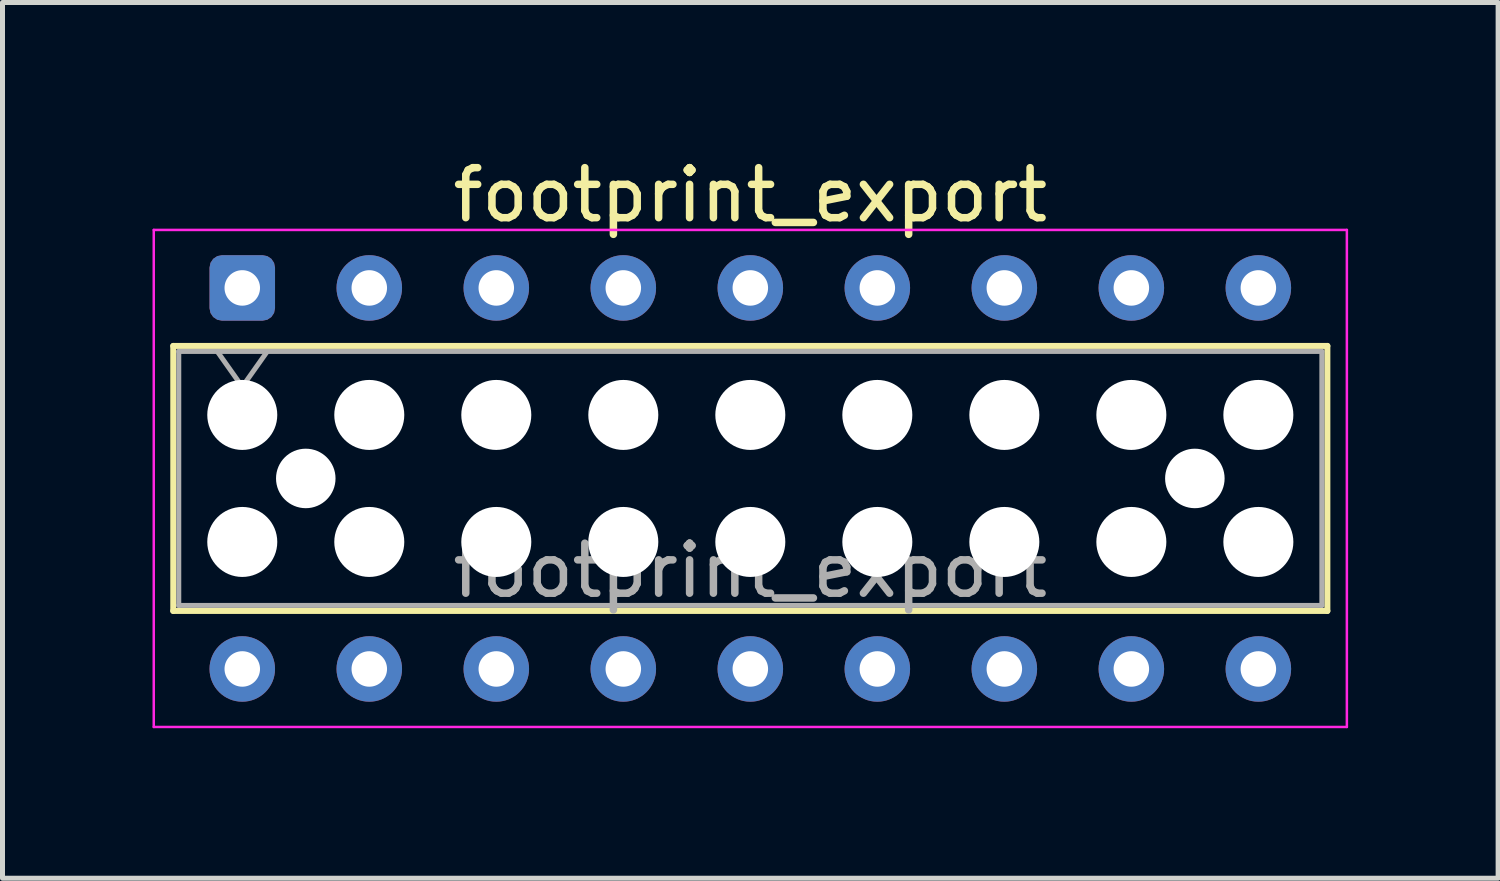
<source format=kicad_pcb>
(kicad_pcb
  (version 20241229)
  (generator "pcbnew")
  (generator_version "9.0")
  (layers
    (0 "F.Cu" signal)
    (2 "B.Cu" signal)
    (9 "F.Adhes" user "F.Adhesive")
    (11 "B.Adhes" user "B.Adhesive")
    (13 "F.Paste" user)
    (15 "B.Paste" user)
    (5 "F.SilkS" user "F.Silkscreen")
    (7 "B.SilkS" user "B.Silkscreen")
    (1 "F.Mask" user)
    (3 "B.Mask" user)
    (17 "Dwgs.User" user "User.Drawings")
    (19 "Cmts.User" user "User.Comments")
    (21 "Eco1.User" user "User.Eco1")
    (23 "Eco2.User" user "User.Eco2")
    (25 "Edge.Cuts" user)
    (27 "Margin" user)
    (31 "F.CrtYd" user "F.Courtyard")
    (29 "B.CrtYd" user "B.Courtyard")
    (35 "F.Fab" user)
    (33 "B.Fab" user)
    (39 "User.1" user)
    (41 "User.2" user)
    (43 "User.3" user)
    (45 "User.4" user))
  (footprint "footprint_export"
    (layer "F.Cu")
    (at 1.795 2.708)
    (property "Reference" "footprint_export" (at 10.16 -1.86 0) (layer "F.SilkS") (effects (font (size 1 1) (thickness 0.15))))
    (attr through_hole)
    (fp_line (start -1.38 1.16) (end 21.7 1.16) (stroke (width 0.12) (type solid)) (layer "F.SilkS"))
    (fp_line (start -1.38 6.46) (end -1.38 1.16) (stroke (width 0.12) (type solid)) (layer "F.SilkS"))
    (fp_line (start 21.7 1.16) (end 21.7 6.46) (stroke (width 0.12) (type solid)) (layer "F.SilkS"))
    (fp_line (start 21.7 6.46) (end -1.38 6.46) (stroke (width 0.12) (type solid)) (layer "F.SilkS"))
    (fp_line (start -1.77 -1.16) (end 22.09 -1.16) (stroke (width 0.05) (type solid)) (layer "F.CrtYd"))
    (fp_line (start -1.77 8.78) (end -1.77 -1.16) (stroke (width 0.05) (type solid)) (layer "F.CrtYd"))
    (fp_line (start 22.09 -1.16) (end 22.09 8.78) (stroke (width 0.05) (type solid)) (layer "F.CrtYd"))
    (fp_line (start 22.09 8.78) (end -1.77 8.78) (stroke (width 0.05) (type solid)) (layer "F.CrtYd"))
    (fp_line (start -1.27 1.27) (end 21.59 1.27) (stroke (width 0.1) (type solid)) (layer "F.Fab"))
    (fp_line (start -1.27 6.35) (end -1.27 1.27) (stroke (width 0.1) (type solid)) (layer "F.Fab"))
    (fp_line (start -0.5 1.27) (end 0 1.977) (stroke (width 0.1) (type solid)) (layer "F.Fab"))
    (fp_line (start 0 1.977) (end 0.5 1.27) (stroke (width 0.1) (type solid)) (layer "F.Fab"))
    (fp_line (start 21.59 1.27) (end 21.59 6.35) (stroke (width 0.1) (type solid)) (layer "F.Fab"))
    (fp_line (start 21.59 6.35) (end -1.27 6.35) (stroke (width 0.1) (type solid)) (layer "F.Fab"))
    (fp_text user "${REFERENCE}" (at 10.16 5.65 0) (layer "F.Fab") (effects (font (size 1 1) (thickness 0.15))))
    (pad "" np_thru_hole circle (at 0 2.54) (size 1.4 1.4) (drill 1.4) (layers "*.Cu" "*.Mask"))
    (pad "" np_thru_hole circle (at 0 5.08) (size 1.4 1.4) (drill 1.4) (layers "*.Cu" "*.Mask"))
    (pad "" np_thru_hole circle (at 1.27 3.81) (size 1.19 1.19) (drill 1.19) (layers "*.Cu" "*.Mask"))
    (pad "" np_thru_hole circle (at 2.54 2.54) (size 1.4 1.4) (drill 1.4) (layers "*.Cu" "*.Mask"))
    (pad "" np_thru_hole circle (at 2.54 5.08) (size 1.4 1.4) (drill 1.4) (layers "*.Cu" "*.Mask"))
    (pad "" np_thru_hole circle (at 5.08 2.54) (size 1.4 1.4) (drill 1.4) (layers "*.Cu" "*.Mask"))
    (pad "" np_thru_hole circle (at 5.08 5.08) (size 1.4 1.4) (drill 1.4) (layers "*.Cu" "*.Mask"))
    (pad "" np_thru_hole circle (at 7.62 2.54) (size 1.4 1.4) (drill 1.4) (layers "*.Cu" "*.Mask"))
    (pad "" np_thru_hole circle (at 7.62 5.08) (size 1.4 1.4) (drill 1.4) (layers "*.Cu" "*.Mask"))
    (pad "" np_thru_hole circle (at 10.16 2.54) (size 1.4 1.4) (drill 1.4) (layers "*.Cu" "*.Mask"))
    (pad "" np_thru_hole circle (at 10.16 5.08) (size 1.4 1.4) (drill 1.4) (layers "*.Cu" "*.Mask"))
    (pad "" np_thru_hole circle (at 12.7 2.54) (size 1.4 1.4) (drill 1.4) (layers "*.Cu" "*.Mask"))
    (pad "" np_thru_hole circle (at 12.7 5.08) (size 1.4 1.4) (drill 1.4) (layers "*.Cu" "*.Mask"))
    (pad "" np_thru_hole circle (at 15.24 2.54) (size 1.4 1.4) (drill 1.4) (layers "*.Cu" "*.Mask"))
    (pad "" np_thru_hole circle (at 15.24 5.08) (size 1.4 1.4) (drill 1.4) (layers "*.Cu" "*.Mask"))
    (pad "" np_thru_hole circle (at 17.78 2.54) (size 1.4 1.4) (drill 1.4) (layers "*.Cu" "*.Mask"))
    (pad "" np_thru_hole circle (at 17.78 5.08) (size 1.4 1.4) (drill 1.4) (layers "*.Cu" "*.Mask"))
    (pad "" np_thru_hole circle (at 19.05 3.81) (size 1.19 1.19) (drill 1.19) (layers "*.Cu" "*.Mask"))
    (pad "" np_thru_hole circle (at 20.32 2.54) (size 1.4 1.4) (drill 1.4) (layers "*.Cu" "*.Mask"))
    (pad "" np_thru_hole circle (at 20.32 5.08) (size 1.4 1.4) (drill 1.4) (layers "*.Cu" "*.Mask"))
    (pad "1" thru_hole roundrect (at 0 0) (size 1.31 1.31) (drill 0.71) (layers "*.Cu" "*.Mask") (roundrect_rratio 0.191))
    (pad "2" thru_hole circle (at 0 7.62) (size 1.31 1.31) (drill 0.71) (layers "*.Cu" "*.Mask"))
    (pad "3" thru_hole circle (at 2.54 0) (size 1.31 1.31) (drill 0.71) (layers "*.Cu" "*.Mask"))
    (pad "4" thru_hole circle (at 2.54 7.62) (size 1.31 1.31) (drill 0.71) (layers "*.Cu" "*.Mask"))
    (pad "5" thru_hole circle (at 5.08 0) (size 1.31 1.31) (drill 0.71) (layers "*.Cu" "*.Mask"))
    (pad "6" thru_hole circle (at 5.08 7.62) (size 1.31 1.31) (drill 0.71) (layers "*.Cu" "*.Mask"))
    (pad "7" thru_hole circle (at 7.62 0) (size 1.31 1.31) (drill 0.71) (layers "*.Cu" "*.Mask"))
    (pad "8" thru_hole circle (at 7.62 7.62) (size 1.31 1.31) (drill 0.71) (layers "*.Cu" "*.Mask"))
    (pad "9" thru_hole circle (at 10.16 0) (size 1.31 1.31) (drill 0.71) (layers "*.Cu" "*.Mask"))
    (pad "10" thru_hole circle (at 10.16 7.62) (size 1.31 1.31) (drill 0.71) (layers "*.Cu" "*.Mask"))
    (pad "11" thru_hole circle (at 12.7 0) (size 1.31 1.31) (drill 0.71) (layers "*.Cu" "*.Mask"))
    (pad "12" thru_hole circle (at 12.7 7.62) (size 1.31 1.31) (drill 0.71) (layers "*.Cu" "*.Mask"))
    (pad "13" thru_hole circle (at 15.24 0) (size 1.31 1.31) (drill 0.71) (layers "*.Cu" "*.Mask"))
    (pad "14" thru_hole circle (at 15.24 7.62) (size 1.31 1.31) (drill 0.71) (layers "*.Cu" "*.Mask"))
    (pad "15" thru_hole circle (at 17.78 0) (size 1.31 1.31) (drill 0.71) (layers "*.Cu" "*.Mask"))
    (pad "16" thru_hole circle (at 17.78 7.62) (size 1.31 1.31) (drill 0.71) (layers "*.Cu" "*.Mask"))
    (pad "17" thru_hole circle (at 20.32 0) (size 1.31 1.31) (drill 0.71) (layers "*.Cu" "*.Mask"))
    (pad "18" thru_hole circle (at 20.32 7.62) (size 1.31 1.31) (drill 0.71) (layers "*.Cu" "*.Mask")))
  (gr_rect
    (start -3 -3)
    (end 26.91 14.513)
    (stroke (width 0.1) (type default))
    (fill no)
    (layer "Edge.Cuts")))
</source>
